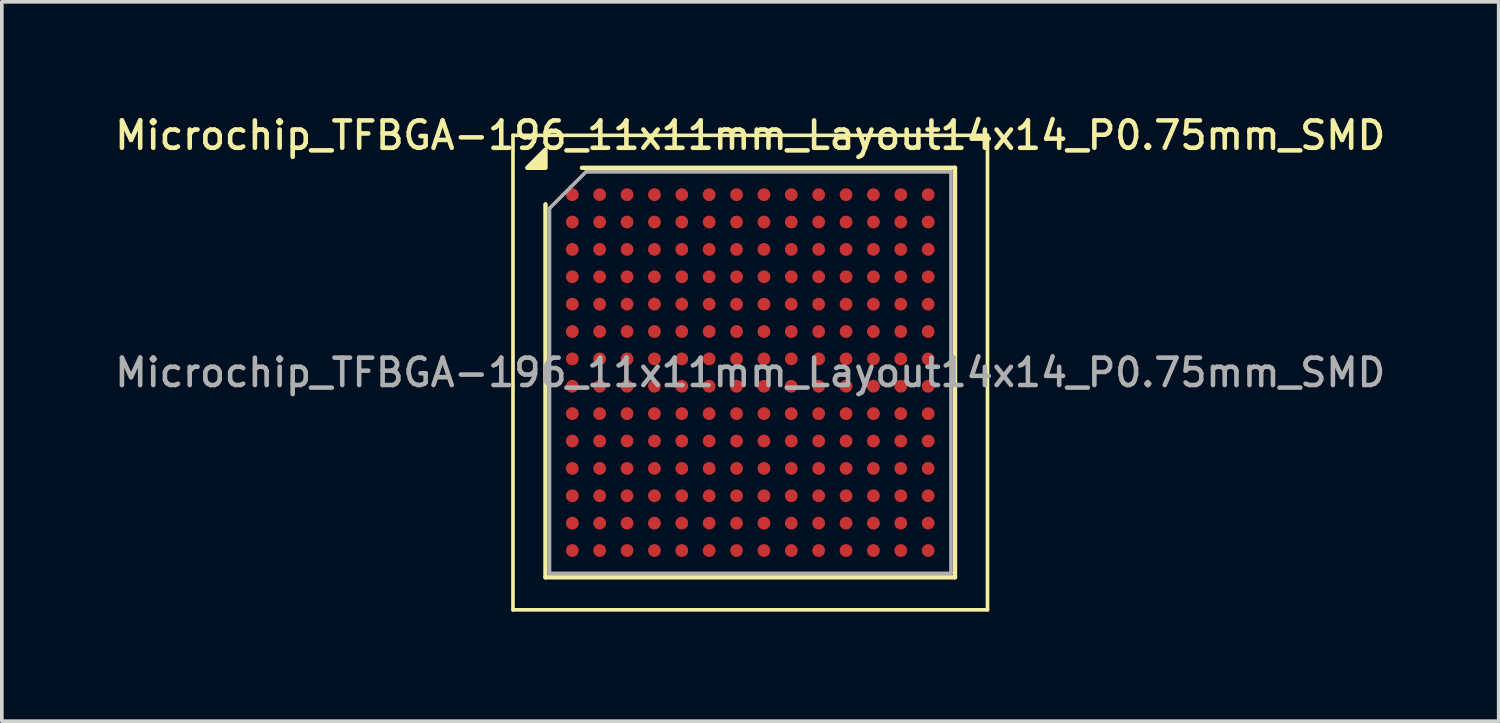
<source format=kicad_pcb>
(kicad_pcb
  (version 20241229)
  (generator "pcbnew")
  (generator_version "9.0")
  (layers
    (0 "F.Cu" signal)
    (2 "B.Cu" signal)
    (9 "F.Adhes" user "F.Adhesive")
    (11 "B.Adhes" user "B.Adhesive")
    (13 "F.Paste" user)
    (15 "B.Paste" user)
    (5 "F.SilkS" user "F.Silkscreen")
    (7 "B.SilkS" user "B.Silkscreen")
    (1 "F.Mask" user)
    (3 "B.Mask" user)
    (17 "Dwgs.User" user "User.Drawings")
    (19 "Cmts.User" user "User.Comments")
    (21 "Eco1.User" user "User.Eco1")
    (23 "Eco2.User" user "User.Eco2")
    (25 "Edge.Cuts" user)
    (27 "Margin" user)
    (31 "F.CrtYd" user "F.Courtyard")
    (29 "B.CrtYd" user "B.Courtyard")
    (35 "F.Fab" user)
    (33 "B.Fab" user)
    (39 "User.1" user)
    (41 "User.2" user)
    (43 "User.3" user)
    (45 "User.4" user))
  (footprint "Microchip_TFBGA-196_11x11mm_Layout14x14_P0.75mm_SMD"
    (layer "F.Cu")
    (at 17.505 7.158)
    (property "Reference" "Microchip_TFBGA-196_11x11mm_Layout14x14_P0.75mm_SMD" (at 0 -6.5 0) (layer "F.SilkS") (effects (font (size 0.75 0.75) (thickness 0.125))))
    (attr smd)
    (fp_line (start -6.5 -6.5) (end -6.5 6.5) (stroke (width 0.1) (type solid)) (layer "F.SilkS"))
    (fp_line (start -6.5 6.5) (end 6.5 6.5) (stroke (width 0.1) (type solid)) (layer "F.SilkS"))
    (fp_line (start -5.61 5.61) (end -5.61 -4.61) (stroke (width 0.12) (type solid)) (layer "F.SilkS"))
    (fp_line (start -4.61 -5.61) (end 5.61 -5.61) (stroke (width 0.12) (type solid)) (layer "F.SilkS"))
    (fp_line (start 5.61 -5.61) (end 5.61 5.61) (stroke (width 0.12) (type solid)) (layer "F.SilkS"))
    (fp_line (start 5.61 5.61) (end -5.61 5.61) (stroke (width 0.12) (type solid)) (layer "F.SilkS"))
    (fp_line (start 6.5 -6.5) (end -6.5 -6.5) (stroke (width 0.1) (type solid)) (layer "F.SilkS"))
    (fp_line (start 6.5 6.5) (end 6.5 -6.5) (stroke (width 0.1) (type solid)) (layer "F.SilkS"))
    (fp_poly (pts (xy -5.61 -5.61) (xy -6.11 -5.61) (xy -5.61 -6.11) (xy -5.61 -5.61)) (stroke (width 0.12) (type solid)) (fill yes) (layer "F.SilkS"))
    (fp_line (start -5.5 -4.5) (end -4.5 -5.5) (stroke (width 0.1) (type solid)) (layer "F.Fab"))
    (fp_line (start -5.5 5.5) (end -5.5 -4.5) (stroke (width 0.1) (type solid)) (layer "F.Fab"))
    (fp_line (start -4.5 -5.5) (end 5.5 -5.5) (stroke (width 0.1) (type solid)) (layer "F.Fab"))
    (fp_line (start 5.5 -5.5) (end 5.5 5.5) (stroke (width 0.1) (type solid)) (layer "F.Fab"))
    (fp_line (start 5.5 5.5) (end -5.5 5.5) (stroke (width 0.1) (type solid)) (layer "F.Fab"))
    (fp_text user "${REFERENCE}" (at 0 0 0) (layer "F.Fab") (effects (font (size 0.75 0.75) (thickness 0.125))))
    (pad "A1" smd circle (at -4.875 -4.875) (size 0.35 0.35) (property pad_prop_bga) (layers "F.Cu" "F.Mask" "F.Paste"))
    (pad "A2" smd circle (at -4.125 -4.875) (size 0.35 0.35) (property pad_prop_bga) (layers "F.Cu" "F.Mask" "F.Paste"))
    (pad "A3" smd circle (at -3.375 -4.875) (size 0.35 0.35) (property pad_prop_bga) (layers "F.Cu" "F.Mask" "F.Paste"))
    (pad "A4" smd circle (at -2.625 -4.875) (size 0.35 0.35) (property pad_prop_bga) (layers "F.Cu" "F.Mask" "F.Paste"))
    (pad "A5" smd circle (at -1.875 -4.875) (size 0.35 0.35) (property pad_prop_bga) (layers "F.Cu" "F.Mask" "F.Paste"))
    (pad "A6" smd circle (at -1.125 -4.875) (size 0.35 0.35) (property pad_prop_bga) (layers "F.Cu" "F.Mask" "F.Paste"))
    (pad "A7" smd circle (at -0.375 -4.875) (size 0.35 0.35) (property pad_prop_bga) (layers "F.Cu" "F.Mask" "F.Paste"))
    (pad "A8" smd circle (at 0.375 -4.875) (size 0.35 0.35) (property pad_prop_bga) (layers "F.Cu" "F.Mask" "F.Paste"))
    (pad "A9" smd circle (at 1.125 -4.875) (size 0.35 0.35) (property pad_prop_bga) (layers "F.Cu" "F.Mask" "F.Paste"))
    (pad "A10" smd circle (at 1.875 -4.875) (size 0.35 0.35) (property pad_prop_bga) (layers "F.Cu" "F.Mask" "F.Paste"))
    (pad "A11" smd circle (at 2.625 -4.875) (size 0.35 0.35) (property pad_prop_bga) (layers "F.Cu" "F.Mask" "F.Paste"))
    (pad "A12" smd circle (at 3.375 -4.875) (size 0.35 0.35) (property pad_prop_bga) (layers "F.Cu" "F.Mask" "F.Paste"))
    (pad "A13" smd circle (at 4.125 -4.875) (size 0.35 0.35) (property pad_prop_bga) (layers "F.Cu" "F.Mask" "F.Paste"))
    (pad "A14" smd circle (at 4.875 -4.875) (size 0.35 0.35) (property pad_prop_bga) (layers "F.Cu" "F.Mask" "F.Paste"))
    (pad "B1" smd circle (at -4.875 -4.125) (size 0.35 0.35) (property pad_prop_bga) (layers "F.Cu" "F.Mask" "F.Paste"))
    (pad "B2" smd circle (at -4.125 -4.125) (size 0.35 0.35) (property pad_prop_bga) (layers "F.Cu" "F.Mask" "F.Paste"))
    (pad "B3" smd circle (at -3.375 -4.125) (size 0.35 0.35) (property pad_prop_bga) (layers "F.Cu" "F.Mask" "F.Paste"))
    (pad "B4" smd circle (at -2.625 -4.125) (size 0.35 0.35) (property pad_prop_bga) (layers "F.Cu" "F.Mask" "F.Paste"))
    (pad "B5" smd circle (at -1.875 -4.125) (size 0.35 0.35) (property pad_prop_bga) (layers "F.Cu" "F.Mask" "F.Paste"))
    (pad "B6" smd circle (at -1.125 -4.125) (size 0.35 0.35) (property pad_prop_bga) (layers "F.Cu" "F.Mask" "F.Paste"))
    (pad "B7" smd circle (at -0.375 -4.125) (size 0.35 0.35) (property pad_prop_bga) (layers "F.Cu" "F.Mask" "F.Paste"))
    (pad "B8" smd circle (at 0.375 -4.125) (size 0.35 0.35) (property pad_prop_bga) (layers "F.Cu" "F.Mask" "F.Paste"))
    (pad "B9" smd circle (at 1.125 -4.125) (size 0.35 0.35) (property pad_prop_bga) (layers "F.Cu" "F.Mask" "F.Paste"))
    (pad "B10" smd circle (at 1.875 -4.125) (size 0.35 0.35) (property pad_prop_bga) (layers "F.Cu" "F.Mask" "F.Paste"))
    (pad "B11" smd circle (at 2.625 -4.125) (size 0.35 0.35) (property pad_prop_bga) (layers "F.Cu" "F.Mask" "F.Paste"))
    (pad "B12" smd circle (at 3.375 -4.125) (size 0.35 0.35) (property pad_prop_bga) (layers "F.Cu" "F.Mask" "F.Paste"))
    (pad "B13" smd circle (at 4.125 -4.125) (size 0.35 0.35) (property pad_prop_bga) (layers "F.Cu" "F.Mask" "F.Paste"))
    (pad "B14" smd circle (at 4.875 -4.125) (size 0.35 0.35) (property pad_prop_bga) (layers "F.Cu" "F.Mask" "F.Paste"))
    (pad "C1" smd circle (at -4.875 -3.375) (size 0.35 0.35) (property pad_prop_bga) (layers "F.Cu" "F.Mask" "F.Paste"))
    (pad "C2" smd circle (at -4.125 -3.375) (size 0.35 0.35) (property pad_prop_bga) (layers "F.Cu" "F.Mask" "F.Paste"))
    (pad "C3" smd circle (at -3.375 -3.375) (size 0.35 0.35) (property pad_prop_bga) (layers "F.Cu" "F.Mask" "F.Paste"))
    (pad "C4" smd circle (at -2.625 -3.375) (size 0.35 0.35) (property pad_prop_bga) (layers "F.Cu" "F.Mask" "F.Paste"))
    (pad "C5" smd circle (at -1.875 -3.375) (size 0.35 0.35) (property pad_prop_bga) (layers "F.Cu" "F.Mask" "F.Paste"))
    (pad "C6" smd circle (at -1.125 -3.375) (size 0.35 0.35) (property pad_prop_bga) (layers "F.Cu" "F.Mask" "F.Paste"))
    (pad "C7" smd circle (at -0.375 -3.375) (size 0.35 0.35) (property pad_prop_bga) (layers "F.Cu" "F.Mask" "F.Paste"))
    (pad "C8" smd circle (at 0.375 -3.375) (size 0.35 0.35) (property pad_prop_bga) (layers "F.Cu" "F.Mask" "F.Paste"))
    (pad "C9" smd circle (at 1.125 -3.375) (size 0.35 0.35) (property pad_prop_bga) (layers "F.Cu" "F.Mask" "F.Paste"))
    (pad "C10" smd circle (at 1.875 -3.375) (size 0.35 0.35) (property pad_prop_bga) (layers "F.Cu" "F.Mask" "F.Paste"))
    (pad "C11" smd circle (at 2.625 -3.375) (size 0.35 0.35) (property pad_prop_bga) (layers "F.Cu" "F.Mask" "F.Paste"))
    (pad "C12" smd circle (at 3.375 -3.375) (size 0.35 0.35) (property pad_prop_bga) (layers "F.Cu" "F.Mask" "F.Paste"))
    (pad "C13" smd circle (at 4.125 -3.375) (size 0.35 0.35) (property pad_prop_bga) (layers "F.Cu" "F.Mask" "F.Paste"))
    (pad "C14" smd circle (at 4.875 -3.375) (size 0.35 0.35) (property pad_prop_bga) (layers "F.Cu" "F.Mask" "F.Paste"))
    (pad "D1" smd circle (at -4.875 -2.625) (size 0.35 0.35) (property pad_prop_bga) (layers "F.Cu" "F.Mask" "F.Paste"))
    (pad "D2" smd circle (at -4.125 -2.625) (size 0.35 0.35) (property pad_prop_bga) (layers "F.Cu" "F.Mask" "F.Paste"))
    (pad "D3" smd circle (at -3.375 -2.625) (size 0.35 0.35) (property pad_prop_bga) (layers "F.Cu" "F.Mask" "F.Paste"))
    (pad "D4" smd circle (at -2.625 -2.625) (size 0.35 0.35) (property pad_prop_bga) (layers "F.Cu" "F.Mask" "F.Paste"))
    (pad "D5" smd circle (at -1.875 -2.625) (size 0.35 0.35) (property pad_prop_bga) (layers "F.Cu" "F.Mask" "F.Paste"))
    (pad "D6" smd circle (at -1.125 -2.625) (size 0.35 0.35) (property pad_prop_bga) (layers "F.Cu" "F.Mask" "F.Paste"))
    (pad "D7" smd circle (at -0.375 -2.625) (size 0.35 0.35) (property pad_prop_bga) (layers "F.Cu" "F.Mask" "F.Paste"))
    (pad "D8" smd circle (at 0.375 -2.625) (size 0.35 0.35) (property pad_prop_bga) (layers "F.Cu" "F.Mask" "F.Paste"))
    (pad "D9" smd circle (at 1.125 -2.625) (size 0.35 0.35) (property pad_prop_bga) (layers "F.Cu" "F.Mask" "F.Paste"))
    (pad "D10" smd circle (at 1.875 -2.625) (size 0.35 0.35) (property pad_prop_bga) (layers "F.Cu" "F.Mask" "F.Paste"))
    (pad "D11" smd circle (at 2.625 -2.625) (size 0.35 0.35) (property pad_prop_bga) (layers "F.Cu" "F.Mask" "F.Paste"))
    (pad "D12" smd circle (at 3.375 -2.625) (size 0.35 0.35) (property pad_prop_bga) (layers "F.Cu" "F.Mask" "F.Paste"))
    (pad "D13" smd circle (at 4.125 -2.625) (size 0.35 0.35) (property pad_prop_bga) (layers "F.Cu" "F.Mask" "F.Paste"))
    (pad "D14" smd circle (at 4.875 -2.625) (size 0.35 0.35) (property pad_prop_bga) (layers "F.Cu" "F.Mask" "F.Paste"))
    (pad "E1" smd circle (at -4.875 -1.875) (size 0.35 0.35) (property pad_prop_bga) (layers "F.Cu" "F.Mask" "F.Paste"))
    (pad "E2" smd circle (at -4.125 -1.875) (size 0.35 0.35) (property pad_prop_bga) (layers "F.Cu" "F.Mask" "F.Paste"))
    (pad "E3" smd circle (at -3.375 -1.875) (size 0.35 0.35) (property pad_prop_bga) (layers "F.Cu" "F.Mask" "F.Paste"))
    (pad "E4" smd circle (at -2.625 -1.875) (size 0.35 0.35) (property pad_prop_bga) (layers "F.Cu" "F.Mask" "F.Paste"))
    (pad "E5" smd circle (at -1.875 -1.875) (size 0.35 0.35) (property pad_prop_bga) (layers "F.Cu" "F.Mask" "F.Paste"))
    (pad "E6" smd circle (at -1.125 -1.875) (size 0.35 0.35) (property pad_prop_bga) (layers "F.Cu" "F.Mask" "F.Paste"))
    (pad "E7" smd circle (at -0.375 -1.875) (size 0.35 0.35) (property pad_prop_bga) (layers "F.Cu" "F.Mask" "F.Paste"))
    (pad "E8" smd circle (at 0.375 -1.875) (size 0.35 0.35) (property pad_prop_bga) (layers "F.Cu" "F.Mask" "F.Paste"))
    (pad "E9" smd circle (at 1.125 -1.875) (size 0.35 0.35) (property pad_prop_bga) (layers "F.Cu" "F.Mask" "F.Paste"))
    (pad "E10" smd circle (at 1.875 -1.875) (size 0.35 0.35) (property pad_prop_bga) (layers "F.Cu" "F.Mask" "F.Paste"))
    (pad "E11" smd circle (at 2.625 -1.875) (size 0.35 0.35) (property pad_prop_bga) (layers "F.Cu" "F.Mask" "F.Paste"))
    (pad "E12" smd circle (at 3.375 -1.875) (size 0.35 0.35) (property pad_prop_bga) (layers "F.Cu" "F.Mask" "F.Paste"))
    (pad "E13" smd circle (at 4.125 -1.875) (size 0.35 0.35) (property pad_prop_bga) (layers "F.Cu" "F.Mask" "F.Paste"))
    (pad "E14" smd circle (at 4.875 -1.875) (size 0.35 0.35) (property pad_prop_bga) (layers "F.Cu" "F.Mask" "F.Paste"))
    (pad "F1" smd circle (at -4.875 -1.125) (size 0.35 0.35) (property pad_prop_bga) (layers "F.Cu" "F.Mask" "F.Paste"))
    (pad "F2" smd circle (at -4.125 -1.125) (size 0.35 0.35) (property pad_prop_bga) (layers "F.Cu" "F.Mask" "F.Paste"))
    (pad "F3" smd circle (at -3.375 -1.125) (size 0.35 0.35) (property pad_prop_bga) (layers "F.Cu" "F.Mask" "F.Paste"))
    (pad "F4" smd circle (at -2.625 -1.125) (size 0.35 0.35) (property pad_prop_bga) (layers "F.Cu" "F.Mask" "F.Paste"))
    (pad "F5" smd circle (at -1.875 -1.125) (size 0.35 0.35) (property pad_prop_bga) (layers "F.Cu" "F.Mask" "F.Paste"))
    (pad "F6" smd circle (at -1.125 -1.125) (size 0.35 0.35) (property pad_prop_bga) (layers "F.Cu" "F.Mask" "F.Paste"))
    (pad "F7" smd circle (at -0.375 -1.125) (size 0.35 0.35) (property pad_prop_bga) (layers "F.Cu" "F.Mask" "F.Paste"))
    (pad "F8" smd circle (at 0.375 -1.125) (size 0.35 0.35) (property pad_prop_bga) (layers "F.Cu" "F.Mask" "F.Paste"))
    (pad "F9" smd circle (at 1.125 -1.125) (size 0.35 0.35) (property pad_prop_bga) (layers "F.Cu" "F.Mask" "F.Paste"))
    (pad "F10" smd circle (at 1.875 -1.125) (size 0.35 0.35) (property pad_prop_bga) (layers "F.Cu" "F.Mask" "F.Paste"))
    (pad "F11" smd circle (at 2.625 -1.125) (size 0.35 0.35) (property pad_prop_bga) (layers "F.Cu" "F.Mask" "F.Paste"))
    (pad "F12" smd circle (at 3.375 -1.125) (size 0.35 0.35) (property pad_prop_bga) (layers "F.Cu" "F.Mask" "F.Paste"))
    (pad "F13" smd circle (at 4.125 -1.125) (size 0.35 0.35) (property pad_prop_bga) (layers "F.Cu" "F.Mask" "F.Paste"))
    (pad "F14" smd circle (at 4.875 -1.125) (size 0.35 0.35) (property pad_prop_bga) (layers "F.Cu" "F.Mask" "F.Paste"))
    (pad "G1" smd circle (at -4.875 -0.375) (size 0.35 0.35) (property pad_prop_bga) (layers "F.Cu" "F.Mask" "F.Paste"))
    (pad "G2" smd circle (at -4.125 -0.375) (size 0.35 0.35) (property pad_prop_bga) (layers "F.Cu" "F.Mask" "F.Paste"))
    (pad "G3" smd circle (at -3.375 -0.375) (size 0.35 0.35) (property pad_prop_bga) (layers "F.Cu" "F.Mask" "F.Paste"))
    (pad "G4" smd circle (at -2.625 -0.375) (size 0.35 0.35) (property pad_prop_bga) (layers "F.Cu" "F.Mask" "F.Paste"))
    (pad "G5" smd circle (at -1.875 -0.375) (size 0.35 0.35) (property pad_prop_bga) (layers "F.Cu" "F.Mask" "F.Paste"))
    (pad "G6" smd circle (at -1.125 -0.375) (size 0.35 0.35) (property pad_prop_bga) (layers "F.Cu" "F.Mask" "F.Paste"))
    (pad "G7" smd circle (at -0.375 -0.375) (size 0.35 0.35) (property pad_prop_bga) (layers "F.Cu" "F.Mask" "F.Paste"))
    (pad "G8" smd circle (at 0.375 -0.375) (size 0.35 0.35) (property pad_prop_bga) (layers "F.Cu" "F.Mask" "F.Paste"))
    (pad "G9" smd circle (at 1.125 -0.375) (size 0.35 0.35) (property pad_prop_bga) (layers "F.Cu" "F.Mask" "F.Paste"))
    (pad "G10" smd circle (at 1.875 -0.375) (size 0.35 0.35) (property pad_prop_bga) (layers "F.Cu" "F.Mask" "F.Paste"))
    (pad "G11" smd circle (at 2.625 -0.375) (size 0.35 0.35) (property pad_prop_bga) (layers "F.Cu" "F.Mask" "F.Paste"))
    (pad "G12" smd circle (at 3.375 -0.375) (size 0.35 0.35) (property pad_prop_bga) (layers "F.Cu" "F.Mask" "F.Paste"))
    (pad "G13" smd circle (at 4.125 -0.375) (size 0.35 0.35) (property pad_prop_bga) (layers "F.Cu" "F.Mask" "F.Paste"))
    (pad "G14" smd circle (at 4.875 -0.375) (size 0.35 0.35) (property pad_prop_bga) (layers "F.Cu" "F.Mask" "F.Paste"))
    (pad "H1" smd circle (at -4.875 0.375) (size 0.35 0.35) (property pad_prop_bga) (layers "F.Cu" "F.Mask" "F.Paste"))
    (pad "H2" smd circle (at -4.125 0.375) (size 0.35 0.35) (property pad_prop_bga) (layers "F.Cu" "F.Mask" "F.Paste"))
    (pad "H3" smd circle (at -3.375 0.375) (size 0.35 0.35) (property pad_prop_bga) (layers "F.Cu" "F.Mask" "F.Paste"))
    (pad "H4" smd circle (at -2.625 0.375) (size 0.35 0.35) (property pad_prop_bga) (layers "F.Cu" "F.Mask" "F.Paste"))
    (pad "H5" smd circle (at -1.875 0.375) (size 0.35 0.35) (property pad_prop_bga) (layers "F.Cu" "F.Mask" "F.Paste"))
    (pad "H6" smd circle (at -1.125 0.375) (size 0.35 0.35) (property pad_prop_bga) (layers "F.Cu" "F.Mask" "F.Paste"))
    (pad "H7" smd circle (at -0.375 0.375) (size 0.35 0.35) (property pad_prop_bga) (layers "F.Cu" "F.Mask" "F.Paste"))
    (pad "H8" smd circle (at 0.375 0.375) (size 0.35 0.35) (property pad_prop_bga) (layers "F.Cu" "F.Mask" "F.Paste"))
    (pad "H9" smd circle (at 1.125 0.375) (size 0.35 0.35) (property pad_prop_bga) (layers "F.Cu" "F.Mask" "F.Paste"))
    (pad "H10" smd circle (at 1.875 0.375) (size 0.35 0.35) (property pad_prop_bga) (layers "F.Cu" "F.Mask" "F.Paste"))
    (pad "H11" smd circle (at 2.625 0.375) (size 0.35 0.35) (property pad_prop_bga) (layers "F.Cu" "F.Mask" "F.Paste"))
    (pad "H12" smd circle (at 3.375 0.375) (size 0.35 0.35) (property pad_prop_bga) (layers "F.Cu" "F.Mask" "F.Paste"))
    (pad "H13" smd circle (at 4.125 0.375) (size 0.35 0.35) (property pad_prop_bga) (layers "F.Cu" "F.Mask" "F.Paste"))
    (pad "H14" smd circle (at 4.875 0.375) (size 0.35 0.35) (property pad_prop_bga) (layers "F.Cu" "F.Mask" "F.Paste"))
    (pad "J1" smd circle (at -4.875 1.125) (size 0.35 0.35) (property pad_prop_bga) (layers "F.Cu" "F.Mask" "F.Paste"))
    (pad "J2" smd circle (at -4.125 1.125) (size 0.35 0.35) (property pad_prop_bga) (layers "F.Cu" "F.Mask" "F.Paste"))
    (pad "J3" smd circle (at -3.375 1.125) (size 0.35 0.35) (property pad_prop_bga) (layers "F.Cu" "F.Mask" "F.Paste"))
    (pad "J4" smd circle (at -2.625 1.125) (size 0.35 0.35) (property pad_prop_bga) (layers "F.Cu" "F.Mask" "F.Paste"))
    (pad "J5" smd circle (at -1.875 1.125) (size 0.35 0.35) (property pad_prop_bga) (layers "F.Cu" "F.Mask" "F.Paste"))
    (pad "J6" smd circle (at -1.125 1.125) (size 0.35 0.35) (property pad_prop_bga) (layers "F.Cu" "F.Mask" "F.Paste"))
    (pad "J7" smd circle (at -0.375 1.125) (size 0.35 0.35) (property pad_prop_bga) (layers "F.Cu" "F.Mask" "F.Paste"))
    (pad "J8" smd circle (at 0.375 1.125) (size 0.35 0.35) (property pad_prop_bga) (layers "F.Cu" "F.Mask" "F.Paste"))
    (pad "J9" smd circle (at 1.125 1.125) (size 0.35 0.35) (property pad_prop_bga) (layers "F.Cu" "F.Mask" "F.Paste"))
    (pad "J10" smd circle (at 1.875 1.125) (size 0.35 0.35) (property pad_prop_bga) (layers "F.Cu" "F.Mask" "F.Paste"))
    (pad "J11" smd circle (at 2.625 1.125) (size 0.35 0.35) (property pad_prop_bga) (layers "F.Cu" "F.Mask" "F.Paste"))
    (pad "J12" smd circle (at 3.375 1.125) (size 0.35 0.35) (property pad_prop_bga) (layers "F.Cu" "F.Mask" "F.Paste"))
    (pad "J13" smd circle (at 4.125 1.125) (size 0.35 0.35) (property pad_prop_bga) (layers "F.Cu" "F.Mask" "F.Paste"))
    (pad "J14" smd circle (at 4.875 1.125) (size 0.35 0.35) (property pad_prop_bga) (layers "F.Cu" "F.Mask" "F.Paste"))
    (pad "K1" smd circle (at -4.875 1.875) (size 0.35 0.35) (property pad_prop_bga) (layers "F.Cu" "F.Mask" "F.Paste"))
    (pad "K2" smd circle (at -4.125 1.875) (size 0.35 0.35) (property pad_prop_bga) (layers "F.Cu" "F.Mask" "F.Paste"))
    (pad "K3" smd circle (at -3.375 1.875) (size 0.35 0.35) (property pad_prop_bga) (layers "F.Cu" "F.Mask" "F.Paste"))
    (pad "K4" smd circle (at -2.625 1.875) (size 0.35 0.35) (property pad_prop_bga) (layers "F.Cu" "F.Mask" "F.Paste"))
    (pad "K5" smd circle (at -1.875 1.875) (size 0.35 0.35) (property pad_prop_bga) (layers "F.Cu" "F.Mask" "F.Paste"))
    (pad "K6" smd circle (at -1.125 1.875) (size 0.35 0.35) (property pad_prop_bga) (layers "F.Cu" "F.Mask" "F.Paste"))
    (pad "K7" smd circle (at -0.375 1.875) (size 0.35 0.35) (property pad_prop_bga) (layers "F.Cu" "F.Mask" "F.Paste"))
    (pad "K8" smd circle (at 0.375 1.875) (size 0.35 0.35) (property pad_prop_bga) (layers "F.Cu" "F.Mask" "F.Paste"))
    (pad "K9" smd circle (at 1.125 1.875) (size 0.35 0.35) (property pad_prop_bga) (layers "F.Cu" "F.Mask" "F.Paste"))
    (pad "K10" smd circle (at 1.875 1.875) (size 0.35 0.35) (property pad_prop_bga) (layers "F.Cu" "F.Mask" "F.Paste"))
    (pad "K11" smd circle (at 2.625 1.875) (size 0.35 0.35) (property pad_prop_bga) (layers "F.Cu" "F.Mask" "F.Paste"))
    (pad "K12" smd circle (at 3.375 1.875) (size 0.35 0.35) (property pad_prop_bga) (layers "F.Cu" "F.Mask" "F.Paste"))
    (pad "K13" smd circle (at 4.125 1.875) (size 0.35 0.35) (property pad_prop_bga) (layers "F.Cu" "F.Mask" "F.Paste"))
    (pad "K14" smd circle (at 4.875 1.875) (size 0.35 0.35) (property pad_prop_bga) (layers "F.Cu" "F.Mask" "F.Paste"))
    (pad "L1" smd circle (at -4.875 2.625) (size 0.35 0.35) (property pad_prop_bga) (layers "F.Cu" "F.Mask" "F.Paste"))
    (pad "L2" smd circle (at -4.125 2.625) (size 0.35 0.35) (property pad_prop_bga) (layers "F.Cu" "F.Mask" "F.Paste"))
    (pad "L3" smd circle (at -3.375 2.625) (size 0.35 0.35) (property pad_prop_bga) (layers "F.Cu" "F.Mask" "F.Paste"))
    (pad "L4" smd circle (at -2.625 2.625) (size 0.35 0.35) (property pad_prop_bga) (layers "F.Cu" "F.Mask" "F.Paste"))
    (pad "L5" smd circle (at -1.875 2.625) (size 0.35 0.35) (property pad_prop_bga) (layers "F.Cu" "F.Mask" "F.Paste"))
    (pad "L6" smd circle (at -1.125 2.625) (size 0.35 0.35) (property pad_prop_bga) (layers "F.Cu" "F.Mask" "F.Paste"))
    (pad "L7" smd circle (at -0.375 2.625) (size 0.35 0.35) (property pad_prop_bga) (layers "F.Cu" "F.Mask" "F.Paste"))
    (pad "L8" smd circle (at 0.375 2.625) (size 0.35 0.35) (property pad_prop_bga) (layers "F.Cu" "F.Mask" "F.Paste"))
    (pad "L9" smd circle (at 1.125 2.625) (size 0.35 0.35) (property pad_prop_bga) (layers "F.Cu" "F.Mask" "F.Paste"))
    (pad "L10" smd circle (at 1.875 2.625) (size 0.35 0.35) (property pad_prop_bga) (layers "F.Cu" "F.Mask" "F.Paste"))
    (pad "L11" smd circle (at 2.625 2.625) (size 0.35 0.35) (property pad_prop_bga) (layers "F.Cu" "F.Mask" "F.Paste"))
    (pad "L12" smd circle (at 3.375 2.625) (size 0.35 0.35) (property pad_prop_bga) (layers "F.Cu" "F.Mask" "F.Paste"))
    (pad "L13" smd circle (at 4.125 2.625) (size 0.35 0.35) (property pad_prop_bga) (layers "F.Cu" "F.Mask" "F.Paste"))
    (pad "L14" smd circle (at 4.875 2.625) (size 0.35 0.35) (property pad_prop_bga) (layers "F.Cu" "F.Mask" "F.Paste"))
    (pad "M1" smd circle (at -4.875 3.375) (size 0.35 0.35) (property pad_prop_bga) (layers "F.Cu" "F.Mask" "F.Paste"))
    (pad "M2" smd circle (at -4.125 3.375) (size 0.35 0.35) (property pad_prop_bga) (layers "F.Cu" "F.Mask" "F.Paste"))
    (pad "M3" smd circle (at -3.375 3.375) (size 0.35 0.35) (property pad_prop_bga) (layers "F.Cu" "F.Mask" "F.Paste"))
    (pad "M4" smd circle (at -2.625 3.375) (size 0.35 0.35) (property pad_prop_bga) (layers "F.Cu" "F.Mask" "F.Paste"))
    (pad "M5" smd circle (at -1.875 3.375) (size 0.35 0.35) (property pad_prop_bga) (layers "F.Cu" "F.Mask" "F.Paste"))
    (pad "M6" smd circle (at -1.125 3.375) (size 0.35 0.35) (property pad_prop_bga) (layers "F.Cu" "F.Mask" "F.Paste"))
    (pad "M7" smd circle (at -0.375 3.375) (size 0.35 0.35) (property pad_prop_bga) (layers "F.Cu" "F.Mask" "F.Paste"))
    (pad "M8" smd circle (at 0.375 3.375) (size 0.35 0.35) (property pad_prop_bga) (layers "F.Cu" "F.Mask" "F.Paste"))
    (pad "M9" smd circle (at 1.125 3.375) (size 0.35 0.35) (property pad_prop_bga) (layers "F.Cu" "F.Mask" "F.Paste"))
    (pad "M10" smd circle (at 1.875 3.375) (size 0.35 0.35) (property pad_prop_bga) (layers "F.Cu" "F.Mask" "F.Paste"))
    (pad "M11" smd circle (at 2.625 3.375) (size 0.35 0.35) (property pad_prop_bga) (layers "F.Cu" "F.Mask" "F.Paste"))
    (pad "M12" smd circle (at 3.375 3.375) (size 0.35 0.35) (property pad_prop_bga) (layers "F.Cu" "F.Mask" "F.Paste"))
    (pad "M13" smd circle (at 4.125 3.375) (size 0.35 0.35) (property pad_prop_bga) (layers "F.Cu" "F.Mask" "F.Paste"))
    (pad "M14" smd circle (at 4.875 3.375) (size 0.35 0.35) (property pad_prop_bga) (layers "F.Cu" "F.Mask" "F.Paste"))
    (pad "N1" smd circle (at -4.875 4.125) (size 0.35 0.35) (property pad_prop_bga) (layers "F.Cu" "F.Mask" "F.Paste"))
    (pad "N2" smd circle (at -4.125 4.125) (size 0.35 0.35) (property pad_prop_bga) (layers "F.Cu" "F.Mask" "F.Paste"))
    (pad "N3" smd circle (at -3.375 4.125) (size 0.35 0.35) (property pad_prop_bga) (layers "F.Cu" "F.Mask" "F.Paste"))
    (pad "N4" smd circle (at -2.625 4.125) (size 0.35 0.35) (property pad_prop_bga) (layers "F.Cu" "F.Mask" "F.Paste"))
    (pad "N5" smd circle (at -1.875 4.125) (size 0.35 0.35) (property pad_prop_bga) (layers "F.Cu" "F.Mask" "F.Paste"))
    (pad "N6" smd circle (at -1.125 4.125) (size 0.35 0.35) (property pad_prop_bga) (layers "F.Cu" "F.Mask" "F.Paste"))
    (pad "N7" smd circle (at -0.375 4.125) (size 0.35 0.35) (property pad_prop_bga) (layers "F.Cu" "F.Mask" "F.Paste"))
    (pad "N8" smd circle (at 0.375 4.125) (size 0.35 0.35) (property pad_prop_bga) (layers "F.Cu" "F.Mask" "F.Paste"))
    (pad "N9" smd circle (at 1.125 4.125) (size 0.35 0.35) (property pad_prop_bga) (layers "F.Cu" "F.Mask" "F.Paste"))
    (pad "N10" smd circle (at 1.875 4.125) (size 0.35 0.35) (property pad_prop_bga) (layers "F.Cu" "F.Mask" "F.Paste"))
    (pad "N11" smd circle (at 2.625 4.125) (size 0.35 0.35) (property pad_prop_bga) (layers "F.Cu" "F.Mask" "F.Paste"))
    (pad "N12" smd circle (at 3.375 4.125) (size 0.35 0.35) (property pad_prop_bga) (layers "F.Cu" "F.Mask" "F.Paste"))
    (pad "N13" smd circle (at 4.125 4.125) (size 0.35 0.35) (property pad_prop_bga) (layers "F.Cu" "F.Mask" "F.Paste"))
    (pad "N14" smd circle (at 4.875 4.125) (size 0.35 0.35) (property pad_prop_bga) (layers "F.Cu" "F.Mask" "F.Paste"))
    (pad "P1" smd circle (at -4.875 4.875) (size 0.35 0.35) (property pad_prop_bga) (layers "F.Cu" "F.Mask" "F.Paste"))
    (pad "P2" smd circle (at -4.125 4.875) (size 0.35 0.35) (property pad_prop_bga) (layers "F.Cu" "F.Mask" "F.Paste"))
    (pad "P3" smd circle (at -3.375 4.875) (size 0.35 0.35) (property pad_prop_bga) (layers "F.Cu" "F.Mask" "F.Paste"))
    (pad "P4" smd circle (at -2.625 4.875) (size 0.35 0.35) (property pad_prop_bga) (layers "F.Cu" "F.Mask" "F.Paste"))
    (pad "P5" smd circle (at -1.875 4.875) (size 0.35 0.35) (property pad_prop_bga) (layers "F.Cu" "F.Mask" "F.Paste"))
    (pad "P6" smd circle (at -1.125 4.875) (size 0.35 0.35) (property pad_prop_bga) (layers "F.Cu" "F.Mask" "F.Paste"))
    (pad "P7" smd circle (at -0.375 4.875) (size 0.35 0.35) (property pad_prop_bga) (layers "F.Cu" "F.Mask" "F.Paste"))
    (pad "P8" smd circle (at 0.375 4.875) (size 0.35 0.35) (property pad_prop_bga) (layers "F.Cu" "F.Mask" "F.Paste"))
    (pad "P9" smd circle (at 1.125 4.875) (size 0.35 0.35) (property pad_prop_bga) (layers "F.Cu" "F.Mask" "F.Paste"))
    (pad "P10" smd circle (at 1.875 4.875) (size 0.35 0.35) (property pad_prop_bga) (layers "F.Cu" "F.Mask" "F.Paste"))
    (pad "P11" smd circle (at 2.625 4.875) (size 0.35 0.35) (property pad_prop_bga) (layers "F.Cu" "F.Mask" "F.Paste"))
    (pad "P12" smd circle (at 3.375 4.875) (size 0.35 0.35) (property pad_prop_bga) (layers "F.Cu" "F.Mask" "F.Paste"))
    (pad "P13" smd circle (at 4.125 4.875) (size 0.35 0.35) (property pad_prop_bga) (layers "F.Cu" "F.Mask" "F.Paste"))
    (pad "P14" smd circle (at 4.875 4.875) (size 0.35 0.35) (property pad_prop_bga) (layers "F.Cu" "F.Mask" "F.Paste")))
  (gr_rect
    (start -3 -3)
    (end 38.011 16.708)
    (stroke (width 0.1) (type default))
    (fill no)
    (layer "Edge.Cuts")))
</source>
